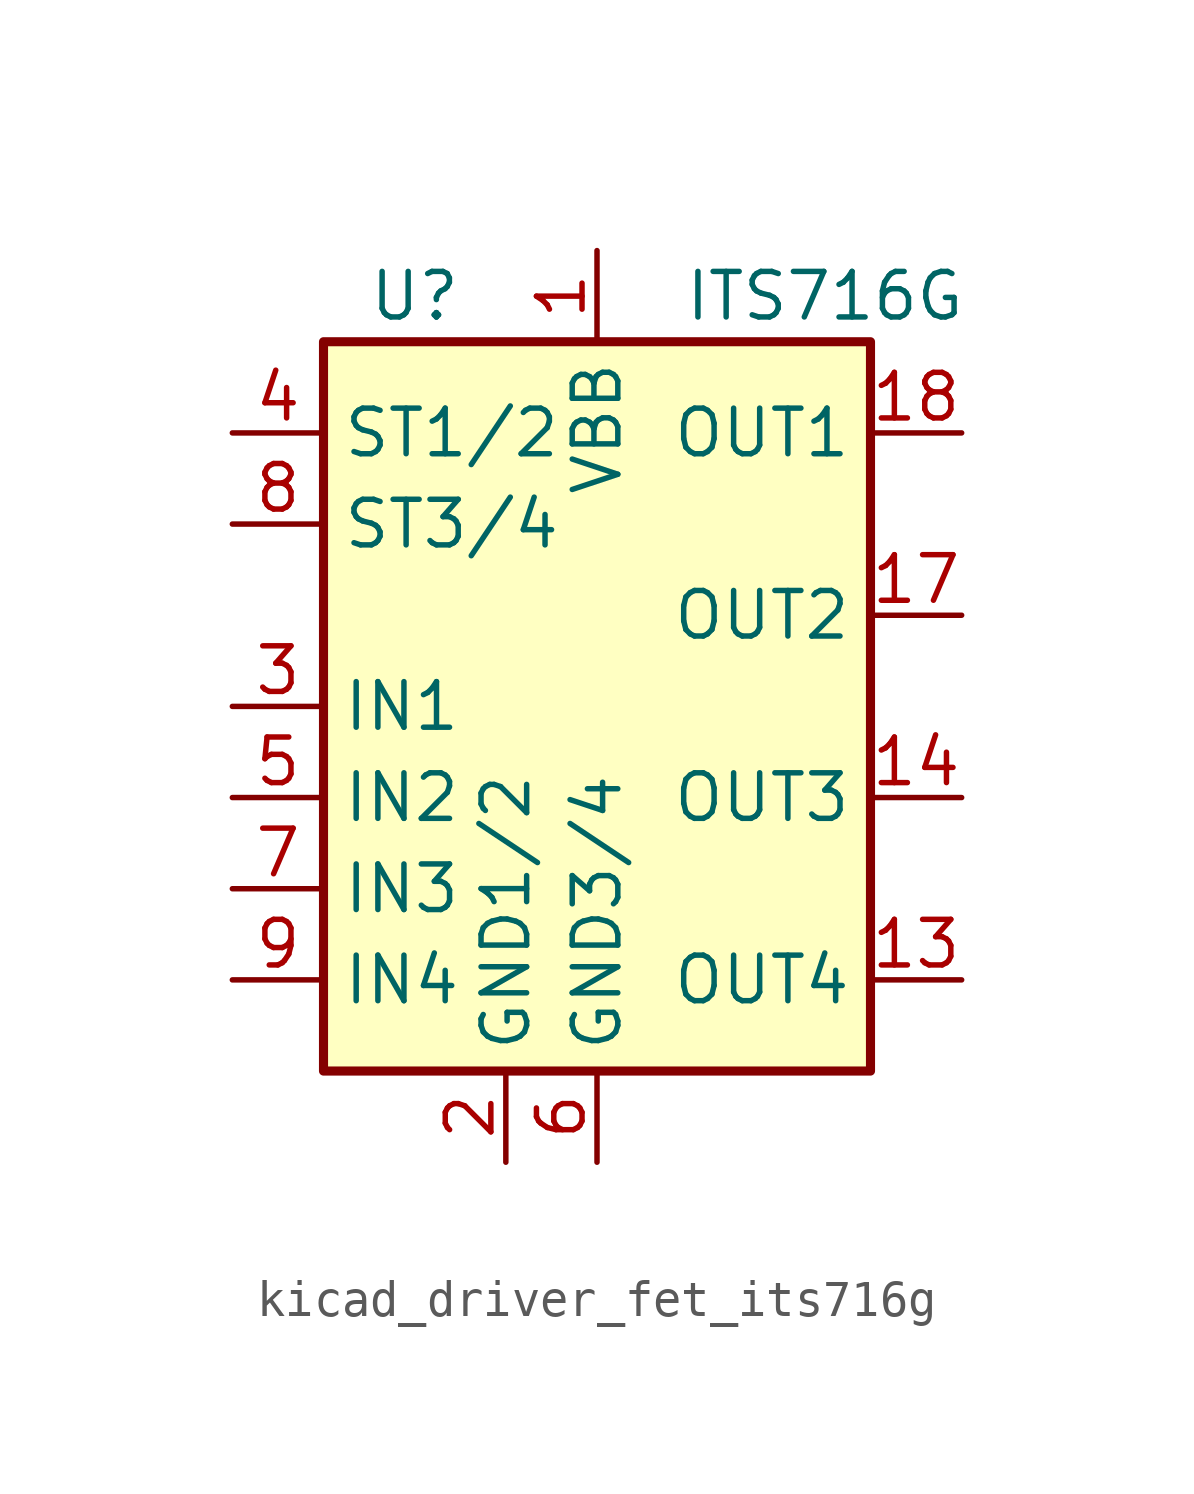
<source format=kicad_sym>
(kicad_symbol_lib
  (version 20220914)
  (generator kicad_symbol_editor)
  (symbol "kicad_driver_fet_its716g"
    (property "Reference" "U"
      (at -5.08 11.43 0)
      (effects (font (size 1.27 1.27))))
    (property "Value" "ITS716G"
      (at 6.35 11.43 0)
      (effects (font (size 1.27 1.27))))
    (symbol "kicad_driver_fet_its716g_0_1"
      (rectangle (start -7.62 10.16) (end 7.62 -10.16) (stroke (width 0.254) (type default)) (fill (type background))))
    (symbol "kicad_driver_fet_its716g_1_1"
      (pin power_in line (at 0 12.7 270) (length 2.54) (name "VBB" (effects (font (size 1.27 1.27)))) (number "1" (effects (font (size 1.27 1.27)))))
      (pin passive line (at 0 12.7 270) (length 2.54) hide (name "VBB" (effects (font (size 1.27 1.27)))) (number "10" (effects (font (size 1.27 1.27)))))
      (pin passive line (at 0 12.7 270) (length 2.54) hide (name "VBB" (effects (font (size 1.27 1.27)))) (number "11" (effects (font (size 1.27 1.27)))))
      (pin passive line (at 0 12.7 270) (length 2.54) hide (name "VBB" (effects (font (size 1.27 1.27)))) (number "12" (effects (font (size 1.27 1.27)))))
      (pin open_emitter line (at 10.16 -7.62 180) (length 2.54) (name "OUT4" (effects (font (size 1.27 1.27)))) (number "13" (effects (font (size 1.27 1.27)))))
      (pin open_emitter line (at 10.16 -2.54 180) (length 2.54) (name "OUT3" (effects (font (size 1.27 1.27)))) (number "14" (effects (font (size 1.27 1.27)))))
      (pin passive line (at 0 12.7 270) (length 2.54) hide (name "VBB" (effects (font (size 1.27 1.27)))) (number "15" (effects (font (size 1.27 1.27)))))
      (pin passive line (at 0 12.7 270) (length 2.54) hide (name "VBB" (effects (font (size 1.27 1.27)))) (number "16" (effects (font (size 1.27 1.27)))))
      (pin open_emitter line (at 10.16 2.54 180) (length 2.54) (name "OUT2" (effects (font (size 1.27 1.27)))) (number "17" (effects (font (size 1.27 1.27)))))
      (pin open_emitter line (at 10.16 7.62 180) (length 2.54) (name "OUT1" (effects (font (size 1.27 1.27)))) (number "18" (effects (font (size 1.27 1.27)))))
      (pin passive line (at 0 12.7 270) (length 2.54) hide (name "VBB" (effects (font (size 1.27 1.27)))) (number "19" (effects (font (size 1.27 1.27)))))
      (pin power_in line (at -2.54 -12.7 90) (length 2.54) (name "GND1/2" (effects (font (size 1.27 1.27)))) (number "2" (effects (font (size 1.27 1.27)))))
      (pin passive line (at 0 12.7 270) (length 2.54) hide (name "VBB" (effects (font (size 1.27 1.27)))) (number "20" (effects (font (size 1.27 1.27)))))
      (pin input line (at -10.16 0 0) (length 2.54) (name "IN1" (effects (font (size 1.27 1.27)))) (number "3" (effects (font (size 1.27 1.27)))))
      (pin open_collector line (at -10.16 7.62 0) (length 2.54) (name "ST1/2" (effects (font (size 1.27 1.27)))) (number "4" (effects (font (size 1.27 1.27)))))
      (pin input line (at -10.16 -2.54 0) (length 2.54) (name "IN2" (effects (font (size 1.27 1.27)))) (number "5" (effects (font (size 1.27 1.27)))))
      (pin power_in line (at 0 -12.7 90) (length 2.54) (name "GND3/4" (effects (font (size 1.27 1.27)))) (number "6" (effects (font (size 1.27 1.27)))))
      (pin input line (at -10.16 -5.08 0) (length 2.54) (name "IN3" (effects (font (size 1.27 1.27)))) (number "7" (effects (font (size 1.27 1.27)))))
      (pin open_collector line (at -10.16 5.08 0) (length 2.54) (name "ST3/4" (effects (font (size 1.27 1.27)))) (number "8" (effects (font (size 1.27 1.27)))))
      (pin input line (at -10.16 -7.62 0) (length 2.54) (name "IN4" (effects (font (size 1.27 1.27)))) (number "9" (effects (font (size 1.27 1.27))))))))
</source>
